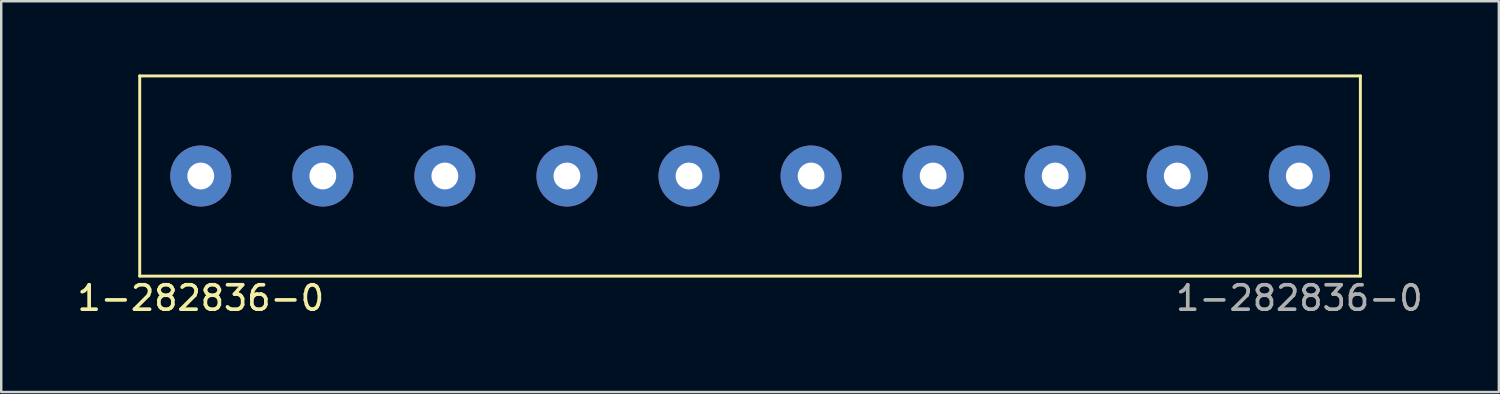
<source format=kicad_pcb>
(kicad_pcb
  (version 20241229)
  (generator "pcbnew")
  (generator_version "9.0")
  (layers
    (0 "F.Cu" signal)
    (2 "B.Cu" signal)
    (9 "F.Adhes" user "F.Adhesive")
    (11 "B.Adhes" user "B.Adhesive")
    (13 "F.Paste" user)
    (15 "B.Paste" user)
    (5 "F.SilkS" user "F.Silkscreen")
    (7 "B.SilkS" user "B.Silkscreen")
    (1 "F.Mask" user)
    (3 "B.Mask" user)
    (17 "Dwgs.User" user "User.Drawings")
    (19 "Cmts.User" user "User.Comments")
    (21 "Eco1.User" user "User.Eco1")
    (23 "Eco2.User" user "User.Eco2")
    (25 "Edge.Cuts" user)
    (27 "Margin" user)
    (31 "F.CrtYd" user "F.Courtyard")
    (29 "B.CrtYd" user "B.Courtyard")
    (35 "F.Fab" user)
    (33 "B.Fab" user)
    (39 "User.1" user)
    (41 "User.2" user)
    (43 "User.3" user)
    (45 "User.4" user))
  (footprint "1-282836-0"
    (layer "F.Cu")
    (at 27.673 4.16)
    (property "Reference" "1-282836-0" (at -22.5 5 0) (unlocked yes) (layer "F.SilkS") (effects (font (size 1 1) (thickness 0.15))))
    (attr through_hole)
    (fp_line (start -25 -4.1) (end -25 4.1) (stroke (width 0.12) (type solid)) (layer "F.SilkS"))
    (fp_line (start -25 -4.1) (end 25 -4.1) (stroke (width 0.12) (type solid)) (layer "F.SilkS"))
    (fp_line (start -25 4.1) (end 25 4.1) (stroke (width 0.12) (type solid)) (layer "F.SilkS"))
    (fp_line (start 25 -4.1) (end 25 4.1) (stroke (width 0.12) (type solid)) (layer "F.SilkS"))
    (fp_text user "${REFERENCE}" (at 22.5 5 0) (unlocked yes) (layer "F.Fab") (effects (font (size 1 1) (thickness 0.15))))
    (pad "1" thru_hole circle (at -22.5 0) (size 2.5 2.5) (drill 1.1) (layers "*.Cu" "*.Mask"))
    (pad "2" thru_hole circle (at -17.5 0) (size 2.5 2.5) (drill 1.1) (layers "*.Cu" "*.Mask"))
    (pad "3" thru_hole circle (at -12.5 0) (size 2.5 2.5) (drill 1.1) (layers "*.Cu" "*.Mask"))
    (pad "4" thru_hole circle (at -7.5 0) (size 2.5 2.5) (drill 1.1) (layers "*.Cu" "*.Mask"))
    (pad "5" thru_hole circle (at -2.5 0) (size 2.5 2.5) (drill 1.1) (layers "*.Cu" "*.Mask"))
    (pad "6" thru_hole circle (at 2.5 0) (size 2.5 2.5) (drill 1.1) (layers "*.Cu" "*.Mask"))
    (pad "7" thru_hole circle (at 7.5 0) (size 2.5 2.5) (drill 1.1) (layers "*.Cu" "*.Mask"))
    (pad "8" thru_hole circle (at 12.5 0) (size 2.5 2.5) (drill 1.1) (layers "*.Cu" "*.Mask"))
    (pad "9" thru_hole circle (at 17.5 0) (size 2.5 2.5) (drill 1.1) (layers "*.Cu" "*.Mask"))
    (pad "10" thru_hole circle (at 22.5 0) (size 2.5 2.5) (drill 1.1) (layers "*.Cu" "*.Mask")))
  (gr_rect
    (start -3 -3)
    (end 58.345 13.008)
    (stroke (width 0.1) (type default))
    (fill no)
    (layer "Edge.Cuts")))
</source>
